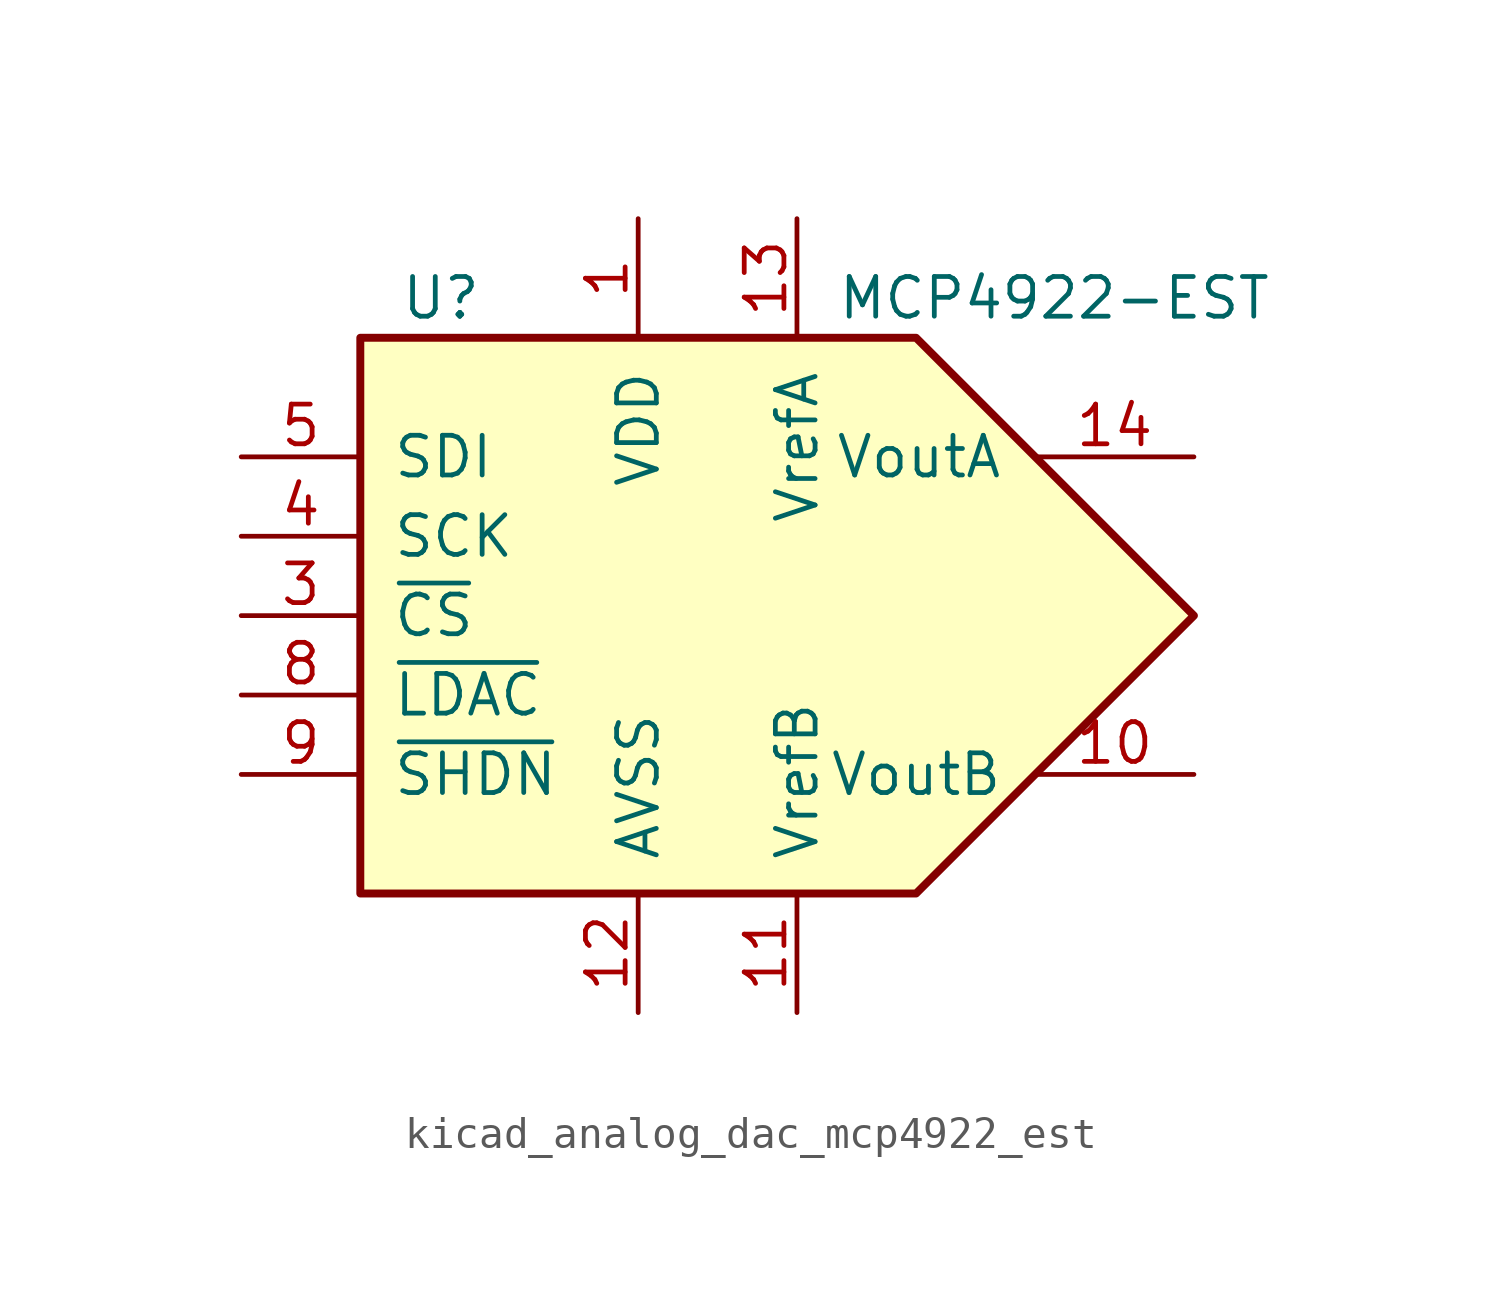
<source format=kicad_sym>
(kicad_symbol_lib
  (version 20220914)
  (generator kicad_symbol_editor)
  (symbol "kicad_analog_dac_mcp4922_est"
    (pin_names
      (offset 1.016))
    (property "Reference" "U"
      (at -10.16 10.16 0)
      (effects (font (size 1.27 1.27)) (justify left)))
    (property "Value" "MCP4922-EST"
      (at 3.81 10.16 0)
      (effects (font (size 1.27 1.27)) (justify left)))
    (symbol "kicad_analog_dac_mcp4922_est_0_1"
      (polyline (pts (xy -11.43 8.89) (xy 6.35 8.89) (xy 15.24 0) (xy 6.35 -8.89) (xy -11.43 -8.89) (xy -11.43 8.89)) (stroke (width 0.254) (type default)) (fill (type background))))
    (symbol "kicad_analog_dac_mcp4922_est_1_1"
      (pin power_in line (at -2.54 12.7 270) (length 3.81) (name "VDD" (effects (font (size 1.27 1.27)))) (number "1" (effects (font (size 1.27 1.27)))))
      (pin passive line (at 15.24 -5.08 180) (length 5.08) (name "VoutB" (effects (font (size 1.27 1.27)))) (number "10" (effects (font (size 1.27 1.27)))))
      (pin passive line (at 2.54 -12.7 90) (length 3.81) (name "VrefB" (effects (font (size 1.27 1.27)))) (number "11" (effects (font (size 1.27 1.27)))))
      (pin power_in line (at -2.54 -12.7 90) (length 3.81) (name "AVSS" (effects (font (size 1.27 1.27)))) (number "12" (effects (font (size 1.27 1.27)))))
      (pin passive line (at 2.54 12.7 270) (length 3.81) (name "VrefA" (effects (font (size 1.27 1.27)))) (number "13" (effects (font (size 1.27 1.27)))))
      (pin passive line (at 15.24 5.08 180) (length 5.08) (name "VoutA" (effects (font (size 1.27 1.27)))) (number "14" (effects (font (size 1.27 1.27)))))
      (pin no_connect line (at -5.08 -8.89 90) (length 2.54) hide (name "NC" (effects (font (size 1.27 1.27)))) (number "2" (effects (font (size 1.27 1.27)))))
      (pin input line (at -15.24 0 0) (length 3.81) (name "~{CS}" (effects (font (size 1.27 1.27)))) (number "3" (effects (font (size 1.27 1.27)))))
      (pin input line (at -15.24 2.54 0) (length 3.81) (name "SCK" (effects (font (size 1.27 1.27)))) (number "4" (effects (font (size 1.27 1.27)))))
      (pin input line (at -15.24 5.08 0) (length 3.81) (name "SDI" (effects (font (size 1.27 1.27)))) (number "5" (effects (font (size 1.27 1.27)))))
      (pin no_connect line (at -7.62 -8.89 90) (length 2.54) hide (name "NC" (effects (font (size 1.27 1.27)))) (number "6" (effects (font (size 1.27 1.27)))))
      (pin no_connect line (at -10.16 -8.89 90) (length 2.54) hide (name "NC" (effects (font (size 1.27 1.27)))) (number "7" (effects (font (size 1.27 1.27)))))
      (pin input line (at -15.24 -2.54 0) (length 3.81) (name "~{LDAC}" (effects (font (size 1.27 1.27)))) (number "8" (effects (font (size 1.27 1.27)))))
      (pin input line (at -15.24 -5.08 0) (length 3.81) (name "~{SHDN}" (effects (font (size 1.27 1.27)))) (number "9" (effects (font (size 1.27 1.27))))))))
</source>
